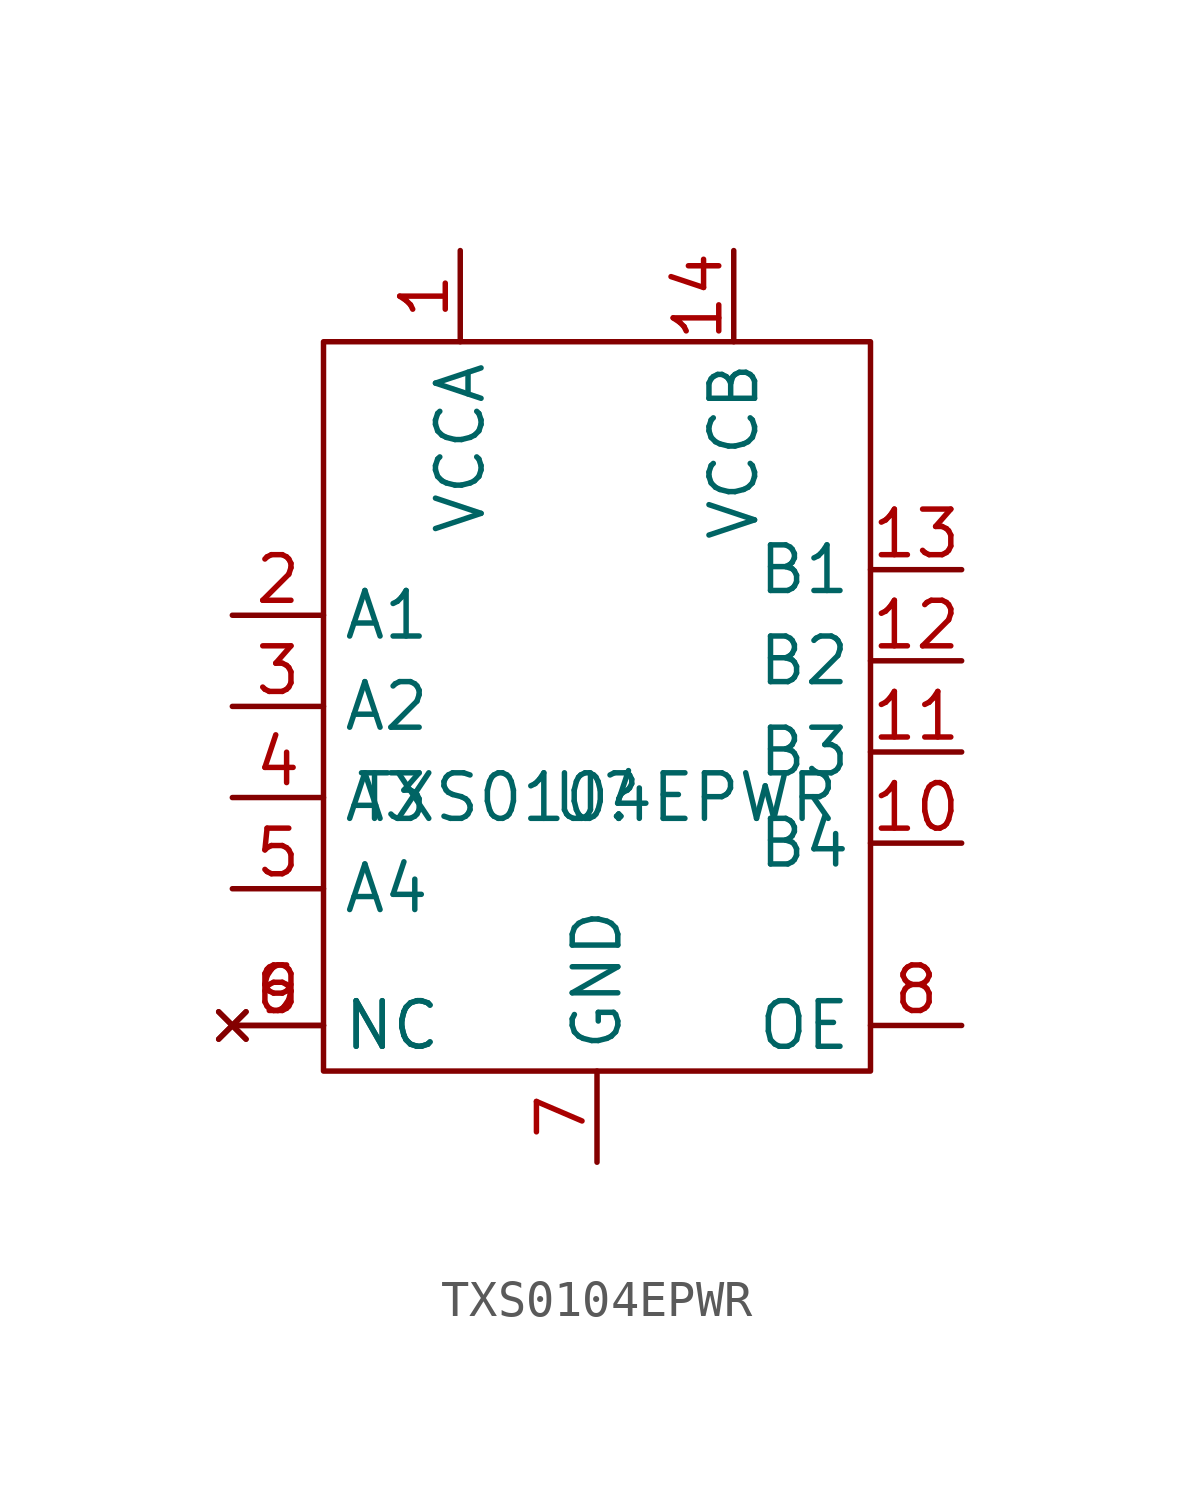
<source format=kicad_sym>
(kicad_symbol_lib
  (version 20231120)
  (generator "kicad_symbol_editor")
  (generator_version "8.0")
  (symbol "TXS0104EPWR"
    (property "Reference" "U"
      (at 0 0 0)
      (effects (font (size 1.27 1.27))))
    (property "Value" "TXS0104EPWR"
      (at 0 0 0)
      (effects (font (size 1.27 1.27))))
    (symbol "TXS0104EPWR_0_1"
      (rectangle (start -7.62 12.7) (end 7.62 -7.62) (stroke (width 0) (type default)) (fill (type none))))
    (symbol "TXS0104EPWR_1_1"
      (pin unspecified line (at -3.81 15.24 270) (length 2.54) (name "VCCA" (effects (font (size 1.27 1.27)))) (number "1" (effects (font (size 1.27 1.27)))))
      (pin unspecified line (at 10.16 -1.27 180) (length 2.54) (name "B4" (effects (font (size 1.27 1.27)))) (number "10" (effects (font (size 1.27 1.27)))))
      (pin unspecified line (at 10.16 1.27 180) (length 2.54) (name "B3" (effects (font (size 1.27 1.27)))) (number "11" (effects (font (size 1.27 1.27)))))
      (pin unspecified line (at 10.16 3.81 180) (length 2.54) (name "B2" (effects (font (size 1.27 1.27)))) (number "12" (effects (font (size 1.27 1.27)))))
      (pin unspecified line (at 10.16 6.35 180) (length 2.54) (name "B1" (effects (font (size 1.27 1.27)))) (number "13" (effects (font (size 1.27 1.27)))))
      (pin unspecified line (at 3.81 15.24 270) (length 2.54) (name "VCCB" (effects (font (size 1.27 1.27)))) (number "14" (effects (font (size 1.27 1.27)))))
      (pin unspecified line (at -10.16 5.08 0) (length 2.54) (name "A1" (effects (font (size 1.27 1.27)))) (number "2" (effects (font (size 1.27 1.27)))))
      (pin unspecified line (at -10.16 2.54 0) (length 2.54) (name "A2" (effects (font (size 1.27 1.27)))) (number "3" (effects (font (size 1.27 1.27)))))
      (pin unspecified line (at -10.16 0 0) (length 2.54) (name "A3" (effects (font (size 1.27 1.27)))) (number "4" (effects (font (size 1.27 1.27)))))
      (pin unspecified line (at -10.16 -2.54 0) (length 2.54) (name "A4" (effects (font (size 1.27 1.27)))) (number "5" (effects (font (size 1.27 1.27)))))
      (pin no_connect line (at -10.16 -6.35 0) (length 2.54) (name "NC" (effects (font (size 1.27 1.27)))) (number "6" (effects (font (size 1.27 1.27)))))
      (pin unspecified line (at 0 -10.16 90) (length 2.54) (name "GND" (effects (font (size 1.27 1.27)))) (number "7" (effects (font (size 1.27 1.27)))))
      (pin unspecified line (at 10.16 -6.35 180) (length 2.54) (name "OE" (effects (font (size 1.27 1.27)))) (number "8" (effects (font (size 1.27 1.27)))))
      (pin no_connect line (at -10.16 -6.35 0) (length 2.54) (name "NC" (effects (font (size 1.27 1.27)))) (number "9" (effects (font (size 1.27 1.27))))))))
</source>
